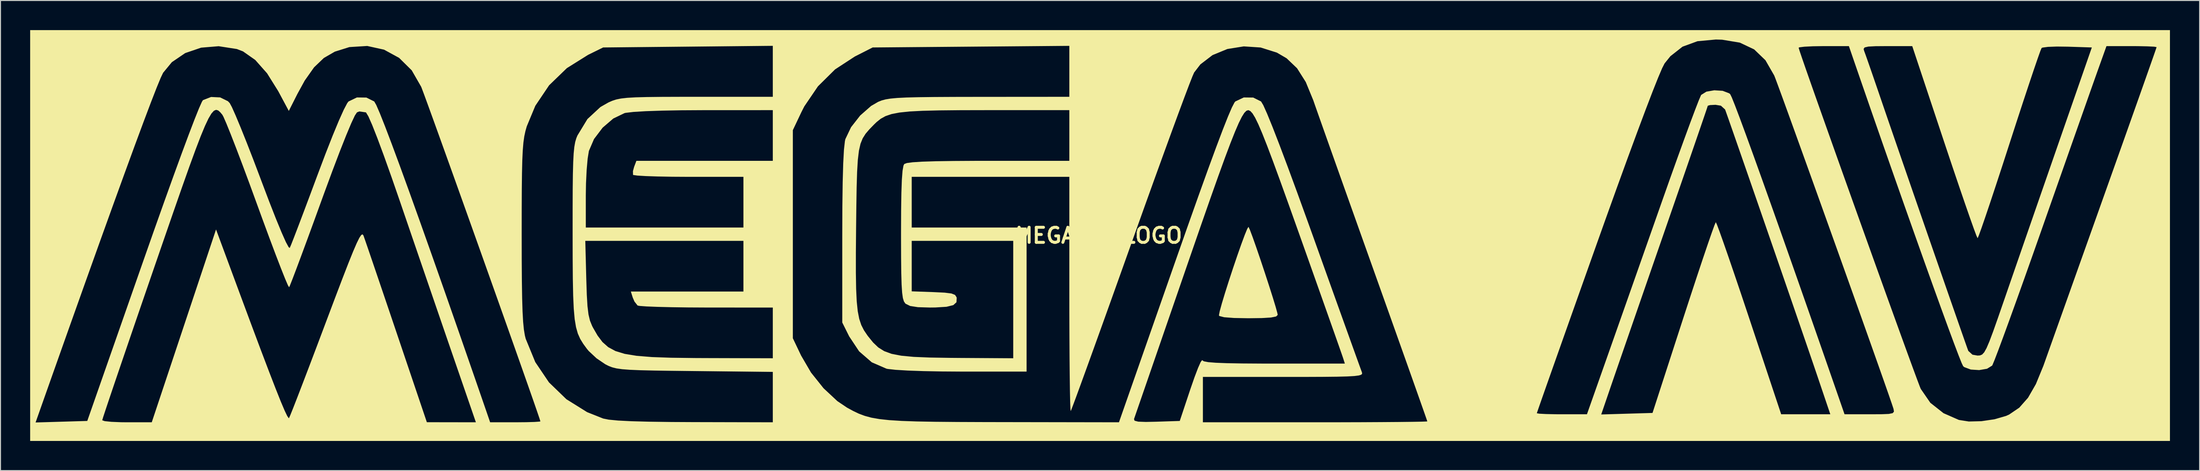
<source format=kicad_pcb>
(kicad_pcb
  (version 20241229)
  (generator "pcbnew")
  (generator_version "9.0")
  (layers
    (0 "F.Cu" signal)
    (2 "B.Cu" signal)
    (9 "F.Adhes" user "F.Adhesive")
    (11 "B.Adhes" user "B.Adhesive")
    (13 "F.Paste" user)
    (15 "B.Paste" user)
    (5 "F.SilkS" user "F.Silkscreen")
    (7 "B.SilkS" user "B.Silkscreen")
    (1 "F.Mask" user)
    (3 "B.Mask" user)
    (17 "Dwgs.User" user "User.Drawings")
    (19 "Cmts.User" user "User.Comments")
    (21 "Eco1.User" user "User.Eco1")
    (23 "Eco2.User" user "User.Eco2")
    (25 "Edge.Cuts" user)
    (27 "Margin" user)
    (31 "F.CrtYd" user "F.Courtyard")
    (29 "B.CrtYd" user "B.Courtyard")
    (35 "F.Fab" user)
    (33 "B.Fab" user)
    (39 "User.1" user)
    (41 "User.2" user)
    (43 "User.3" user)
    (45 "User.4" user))
  (footprint "MEGA AV LOGO"
    (layer "F.Cu")
    (at 108.085 20.806)
    (property "Reference" "MEGA AV LOGO" (at 0 0 0) (layer "F.SilkS") (effects (font (size 1.524 1.524) (thickness 0.3))))
    (attr board_only exclude_from_pos_files exclude_from_bom)
    (fp_poly (pts (xy 15.153 -0.878) (xy 15.3 -0.556) (xy 15.574 0.175) (xy 15.939 1.21) (xy 16.36 2.442) (xy 16.801 3.767) (xy 17.228 5.077) (xy 17.606 6.267) (xy 17.899 7.231) (xy 18.072 7.862) (xy 18.104 8.039) (xy 17.947 8.198) (xy 17.433 8.302) (xy 16.502 8.36) (xy 15.132 8.377) (xy 13.665 8.351) (xy 12.681 8.275) (xy 12.204 8.151) (xy 12.16 8.087) (xy 12.239 7.668) (xy 12.454 6.882) (xy 12.772 5.826) (xy 13.161 4.599) (xy 13.588 3.298) (xy 14.021 2.022) (xy 14.426 0.869) (xy 14.772 -0.065) (xy 15.024 -0.68) (xy 15.151 -0.879)) (stroke (width 0) (type solid)) (fill yes) (layer "F.SilkS"))
    (fp_poly (pts (xy 108.355 20.806) (xy -108.085 20.806) (xy -108.085 18.934) (xy -107.536 18.934) (xy -102.308 18.78) (xy -102.284 18.712) (xy -100.795 18.712) (xy -100.542 18.8) (xy -99.868 18.869) (xy -98.892 18.909) (xy -98.287 18.915) (xy -95.785 18.915) (xy -92.534 9.15) (xy -89.283 -0.615) (xy -86.895 5.84) (xy -85.737 8.96) (xy -84.751 11.595) (xy -83.927 13.766) (xy -83.257 15.499) (xy -82.732 16.815) (xy -82.341 17.738) (xy -82.076 18.291) (xy -81.929 18.498) (xy -81.905 18.495) (xy -81.781 18.218) (xy -81.489 17.491) (xy -81.052 16.37) (xy -80.492 14.912) (xy -79.829 13.174) (xy -79.086 11.211) (xy -78.284 9.08) (xy -78.193 8.838) (xy -77.266 6.376) (xy -76.507 4.38) (xy -75.898 2.809) (xy -75.42 1.622) (xy -75.055 0.776) (xy -74.787 0.231) (xy -74.596 -0.054) (xy -74.465 -0.122) (xy -74.376 -0.013) (xy -74.371 0) (xy -74.227 0.408) (xy -73.932 1.264) (xy -73.508 2.506) (xy -72.976 4.07) (xy -72.357 5.894) (xy -71.673 7.913) (xy -71.038 9.792) (xy -67.959 18.908) (xy -62.999 18.915) (xy -65.302 12.227) (xy -65.99 10.228) (xy -66.806 7.851) (xy -67.705 5.231) (xy -68.641 2.501) (xy -69.568 -0.204) (xy -70.439 -2.75) (xy -70.641 -3.342) (xy -71.528 -5.905) (xy -72.305 -8.085) (xy -72.962 -9.857) (xy -73.488 -11.195) (xy -73.875 -12.072) (xy -74.111 -12.462) (xy -74.128 -12.475) (xy -74.789 -12.568) (xy -75.026 -12.476) (xy -75.24 -12.155) (xy -75.612 -11.361) (xy -76.125 -10.134) (xy -76.765 -8.515) (xy -77.514 -6.542) (xy -78.358 -4.255) (xy -78.608 -3.567) (xy -79.352 -1.518) (xy -80.042 0.367) (xy -80.655 2.027) (xy -81.169 3.404) (xy -81.562 4.438) (xy -81.811 5.068) (xy -81.891 5.241) (xy -82.015 5.033) (xy -82.298 4.373) (xy -82.718 3.318) (xy -83.253 1.928) (xy -83.881 0.257) (xy -84.579 -1.635) (xy -85.133 -3.156) (xy -85.884 -5.213) (xy -86.594 -7.124) (xy -87.239 -8.825) (xy -87.794 -10.252) (xy -88.234 -11.342) (xy -88.534 -12.029) (xy -88.647 -12.235) (xy -88.867 -12.498) (xy -89.073 -12.674) (xy -89.28 -12.731) (xy -89.501 -12.635) (xy -89.753 -12.352) (xy -90.049 -11.849) (xy -90.406 -11.092) (xy -90.838 -10.049) (xy -91.359 -8.685) (xy -91.986 -6.968) (xy -92.732 -4.863) (xy -93.613 -2.338) (xy -94.643 0.641) (xy -95.47 3.04) (xy -96.422 5.806) (xy -97.32 8.42) (xy -98.147 10.837) (xy -98.889 13.013) (xy -99.532 14.904) (xy -100.059 16.463) (xy -100.455 17.647) (xy -100.706 18.411) (xy -100.795 18.711) (xy -100.795 18.712) (xy -102.284 18.712) (xy -96.687 2.702) (xy -95.572 -0.471) (xy -94.538 -3.383) (xy -93.598 -6.001) (xy -92.763 -8.292) (xy -92.045 -10.224) (xy -91.456 -11.764) (xy -91.009 -12.88) (xy -90.715 -13.54) (xy -90.607 -13.713) (xy -89.784 -14.034) (xy -88.864 -13.99) (xy -88.081 -13.605) (xy -87.899 -13.416) (xy -87.677 -13.003) (xy -87.299 -12.154) (xy -86.793 -10.94) (xy -86.19 -9.433) (xy -85.518 -7.705) (xy -84.806 -5.826) (xy -84.715 -5.581) (xy -83.916 -3.469) (xy -83.224 -1.702) (xy -82.653 -0.315) (xy -82.22 0.659) (xy -81.936 1.184) (xy -81.827 1.257) (xy -81.683 0.917) (xy -81.378 0.138) (xy -80.939 -1.009) (xy -80.392 -2.456) (xy -79.763 -4.133) (xy -79.079 -5.972) (xy -79.029 -6.105) (xy -78.216 -8.262) (xy -77.488 -10.117) (xy -76.865 -11.623) (xy -76.366 -12.736) (xy -76.012 -13.409) (xy -75.882 -13.578) (xy -75.031 -13.986) (xy -74.073 -13.974) (xy -73.28 -13.578) (xy -73.077 -13.223) (xy -72.71 -12.374) (xy -72.185 -11.049) (xy -71.508 -9.266) (xy -70.686 -7.044) (xy -69.726 -4.4) (xy -68.635 -1.354) (xy -67.418 2.078) (xy -66.082 5.875) (xy -64.635 10.021) (xy -63.082 14.497) (xy -61.953 17.766) (xy -61.558 18.915) (xy -59.016 18.915) (xy -57.919 18.906) (xy -57.06 18.881) (xy -56.557 18.845) (xy -56.474 18.822) (xy -56.563 18.538) (xy -56.815 17.796) (xy -57.213 16.649) (xy -57.739 15.147) (xy -58.374 13.342) (xy -59.1 11.286) (xy -59.898 9.029) (xy -60.751 6.624) (xy -61.64 4.122) (xy -62.546 1.573) (xy -63.164 -0.16) (xy -58.366 -0.16) (xy -58.362 2.471) (xy -58.347 4.619) (xy -58.32 6.342) (xy -58.279 7.696) (xy -58.221 8.738) (xy -58.143 9.527) (xy -58.045 10.119) (xy -57.96 10.457) (xy -56.992 12.819) (xy -55.605 14.876) (xy -53.843 16.581) (xy -51.751 17.887) (xy -50.124 18.536) (xy -49.556 18.649) (xy -48.618 18.74) (xy -47.274 18.808) (xy -45.489 18.856) (xy -43.229 18.886) (xy -41.005 18.897) (xy -32.966 18.915) (xy -32.966 13.811) (xy -40.87 13.728) (xy -43.152 13.703) (xy -44.96 13.676) (xy -46.361 13.643) (xy -47.42 13.599) (xy -48.204 13.539) (xy -48.78 13.457) (xy -49.214 13.348) (xy -49.573 13.208) (xy -49.906 13.04) (xy -50.79 12.44) (xy -51.591 11.692) (xy -51.762 11.487) (xy -52.14 10.97) (xy -52.446 10.472) (xy -52.687 9.929) (xy -52.871 9.28) (xy -53.007 8.462) (xy -53.1 7.413) (xy -53.16 6.071) (xy -53.194 4.374) (xy -53.21 2.259) (xy -53.213 0.54) (xy -51.932 0.54) (xy -51.833 4.391) (xy -51.781 5.986) (xy -51.712 7.149) (xy -51.61 7.991) (xy -51.46 8.62) (xy -51.248 9.145) (xy -51.158 9.322) (xy -50.689 10.134) (xy -50.195 10.789) (xy -49.613 11.305) (xy -48.884 11.699) (xy -47.945 11.986) (xy -46.736 12.184) (xy -45.194 12.309) (xy -43.259 12.378) (xy -40.87 12.407) (xy -39.789 12.412) (xy -32.966 12.43) (xy -32.966 10.403) (xy -30.939 10.403) (xy -30.102 12.16) (xy -29.099 13.881) (xy -27.833 15.468) (xy -26.436 16.772) (xy -25.459 17.431) (xy -24.849 17.763) (xy -24.27 18.04) (xy -23.668 18.266) (xy -22.988 18.449) (xy -22.176 18.591) (xy -21.18 18.699) (xy -19.944 18.777) (xy -18.414 18.831) (xy -16.538 18.865) (xy -14.26 18.884) (xy -11.527 18.894) (xy -9.717 18.897) (xy 2.048 18.915) (xy 2.162 18.588) (xy 3.57 18.588) (xy 3.627 18.757) (xy 3.999 18.852) (xy 4.764 18.88) (xy 5.822 18.858) (xy 8.198 18.78) (xy 9.278 15.537) (xy 9.69 14.351) (xy 10.047 13.412) (xy 10.316 12.806) (xy 10.461 12.617) (xy 10.471 12.632) (xy 10.634 12.74) (xy 11.074 12.824) (xy 11.84 12.886) (xy 12.98 12.93) (xy 14.541 12.957) (xy 16.572 12.969) (xy 17.74 12.97) (xy 24.896 12.97) (xy 24.71 12.385) (xy 24.584 12.018) (xy 24.296 11.194) (xy 23.864 9.967) (xy 23.307 8.39) (xy 22.644 6.514) (xy 21.893 4.394) (xy 21.074 2.082) (xy 20.258 -0.216) (xy 19.229 -3.104) (xy 18.359 -5.522) (xy 17.632 -7.508) (xy 17.031 -9.102) (xy 16.539 -10.346) (xy 16.141 -11.278) (xy 15.819 -11.939) (xy 15.557 -12.368) (xy 15.339 -12.607) (xy 15.149 -12.693) (xy 15.116 -12.696) (xy 14.937 -12.636) (xy 14.728 -12.423) (xy 14.476 -12.022) (xy 14.166 -11.399) (xy 13.786 -10.518) (xy 13.32 -9.343) (xy 12.756 -7.842) (xy 12.08 -5.977) (xy 11.278 -3.714) (xy 10.336 -1.018) (xy 9.241 2.145) (xy 8.909 3.107) (xy 7.964 5.848) (xy 7.07 8.44) (xy 6.243 10.839) (xy 5.499 12.998) (xy 4.853 14.871) (xy 4.321 16.413) (xy 3.919 17.577) (xy 3.663 18.319) (xy 3.57 18.588) (xy 2.162 18.588) (xy 7.648 2.905) (xy 8.944 -0.784) (xy 10.075 -3.974) (xy 11.048 -6.68) (xy 11.869 -8.917) (xy 12.542 -10.701) (xy 13.073 -12.045) (xy 13.467 -12.964) (xy 13.731 -13.473) (xy 13.815 -13.578) (xy 14.674 -13.985) (xy 15.629 -13.975) (xy 16.422 -13.578) (xy 16.646 -13.204) (xy 17.034 -12.336) (xy 17.581 -10.994) (xy 18.278 -9.196) (xy 19.118 -6.961) (xy 20.094 -4.308) (xy 21.199 -1.256) (xy 21.699 0.135) (xy 22.615 2.696) (xy 23.48 5.112) (xy 24.276 7.333) (xy 24.986 9.31) (xy 25.59 10.993) (xy 26.072 12.333) (xy 26.414 13.28) (xy 26.598 13.785) (xy 26.622 13.848) (xy 26.647 13.983) (xy 26.567 14.089) (xy 26.327 14.17) (xy 25.872 14.23) (xy 25.147 14.272) (xy 24.097 14.299) (xy 22.667 14.313) (xy 20.801 14.32) (xy 18.674 14.321) (xy 10.538 14.321) (xy 10.538 18.915) (xy 21.887 18.915) (xy 24.305 18.913) (xy 26.546 18.907) (xy 28.556 18.897) (xy 30.278 18.885) (xy 31.657 18.87) (xy 32.637 18.853) (xy 33.162 18.834) (xy 33.236 18.824) (xy 33.148 18.56) (xy 32.996 18.123) (xy 50.829 18.123) (xy 53.423 18.046) (xy 56.017 17.969) (xy 59.146 8.309) (xy 59.854 6.137) (xy 60.513 4.135) (xy 61.104 2.36) (xy 61.609 0.868) (xy 62.009 -0.285) (xy 62.283 -1.042) (xy 62.414 -1.347) (xy 62.419 -1.351) (xy 62.534 -1.104) (xy 62.798 -0.399) (xy 63.192 0.708) (xy 63.697 2.16) (xy 64.293 3.903) (xy 64.962 5.879) (xy 65.683 8.035) (xy 65.797 8.377) (xy 69.031 18.104) (xy 74 18.104) (xy 72.699 14.254) (xy 72.359 13.252) (xy 71.89 11.881) (xy 71.313 10.201) (xy 70.649 8.27) (xy 69.919 6.149) (xy 69.142 3.896) (xy 68.339 1.571) (xy 67.531 -0.766) (xy 66.739 -3.056) (xy 65.982 -5.241) (xy 65.282 -7.259) (xy 64.659 -9.052) (xy 64.134 -10.561) (xy 63.727 -11.726) (xy 63.458 -12.487) (xy 63.356 -12.768) (xy 62.934 -13.151) (xy 62.39 -13.24) (xy 61.833 -13.212) (xy 61.609 -13.147) (xy 61.523 -12.881) (xy 61.276 -12.153) (xy 60.886 -11.012) (xy 60.368 -9.505) (xy 59.74 -7.682) (xy 59.018 -5.59) (xy 58.219 -3.279) (xy 57.36 -0.796) (xy 57.122 -0.109) (xy 56.211 2.518) (xy 55.326 5.073) (xy 54.488 7.495) (xy 53.718 9.722) (xy 53.038 11.69) (xy 52.468 13.34) (xy 52.031 14.608) (xy 51.748 15.432) (xy 51.732 15.479) (xy 50.829 18.123) (xy 32.996 18.123) (xy 32.952 17.999) (xy 44.315 17.999) (xy 44.565 18.045) (xy 45.238 18.08) (xy 46.215 18.101) (xy 46.849 18.104) (xy 49.384 18.104) (xy 51.408 12.362) (xy 51.977 10.746) (xy 52.689 8.723) (xy 53.508 6.396) (xy 54.397 3.869) (xy 55.32 1.244) (xy 56.241 -1.375) (xy 57.015 -3.577) (xy 57.809 -5.825) (xy 58.56 -7.925) (xy 59.245 -9.819) (xy 59.843 -11.449) (xy 60.335 -12.759) (xy 60.697 -13.692) (xy 60.91 -14.188) (xy 60.942 -14.244) (xy 61.465 -14.572) (xy 62.265 -14.711) (xy 63.111 -14.658) (xy 63.772 -14.405) (xy 63.876 -14.315) (xy 64.036 -13.986) (xy 64.362 -13.17) (xy 64.846 -11.891) (xy 65.479 -10.175) (xy 66.252 -8.044) (xy 67.156 -5.524) (xy 68.183 -2.639) (xy 69.323 0.586) (xy 70.569 4.128) (xy 71.912 7.962) (xy 73.342 12.063) (xy 74.852 16.407) (xy 75.042 16.956) (xy 75.44 18.104) (xy 78 18.104) (xy 79.185 18.099) (xy 79.924 18.069) (xy 80.31 17.989) (xy 80.438 17.835) (xy 80.4 17.584) (xy 80.374 17.496) (xy 80.208 16.997) (xy 79.882 16.052) (xy 79.414 14.715) (xy 78.823 13.038) (xy 78.129 11.077) (xy 77.351 8.884) (xy 76.508 6.514) (xy 75.619 4.02) (xy 74.704 1.456) (xy 73.781 -1.125) (xy 72.87 -3.669) (xy 71.991 -6.121) (xy 71.161 -8.429) (xy 70.401 -10.539) (xy 69.73 -12.397) (xy 69.167 -13.949) (xy 68.73 -15.141) (xy 68.44 -15.921) (xy 68.327 -16.209) (xy 67.439 -17.754) (xy 66.297 -18.853) (xy 65.939 -19.023) (xy 70.796 -19.023) (xy 70.884 -18.729) (xy 71.138 -17.977) (xy 71.539 -16.819) (xy 72.069 -15.306) (xy 72.709 -13.489) (xy 73.442 -11.419) (xy 74.248 -9.147) (xy 75.11 -6.724) (xy 76.01 -4.2) (xy 76.929 -1.628) (xy 77.849 0.942) (xy 78.751 3.458) (xy 79.618 5.871) (xy 80.432 8.128) (xy 81.173 10.179) (xy 81.824 11.972) (xy 82.367 13.457) (xy 82.783 14.583) (xy 83.053 15.298) (xy 83.152 15.537) (xy 84.119 16.942) (xy 85.454 17.996) (xy 87.007 18.679) (xy 88.008 18.836) (xy 89.284 18.805) (xy 90.612 18.61) (xy 91.771 18.274) (xy 92.087 18.133) (xy 93.114 17.436) (xy 93.999 16.432) (xy 94.794 15.046) (xy 95.551 13.201) (xy 95.602 13.059) (xy 95.85 12.361) (xy 96.259 11.209) (xy 96.811 9.658) (xy 97.486 7.762) (xy 98.264 5.575) (xy 99.125 3.153) (xy 100.052 0.551) (xy 101.023 -2.177) (xy 101.726 -4.155) (xy 102.686 -6.854) (xy 103.59 -9.397) (xy 104.421 -11.741) (xy 105.165 -13.84) (xy 105.804 -15.648) (xy 106.323 -17.122) (xy 106.707 -18.216) (xy 106.939 -18.884) (xy 107.004 -19.084) (xy 106.754 -19.128) (xy 106.081 -19.162) (xy 105.104 -19.182) (xy 104.469 -19.185) (xy 101.934 -19.185) (xy 100.992 -16.551) (xy 100.717 -15.776) (xy 100.284 -14.552) (xy 99.716 -12.94) (xy 99.032 -10.998) (xy 98.254 -8.789) (xy 97.405 -6.373) (xy 96.504 -3.81) (xy 95.574 -1.161) (xy 95.377 -0.6) (xy 94.471 1.972) (xy 93.611 4.397) (xy 92.813 6.627) (xy 92.097 8.611) (xy 91.48 10.302) (xy 90.98 11.648) (xy 90.616 12.6) (xy 90.404 13.11) (xy 90.369 13.175) (xy 89.852 13.494) (xy 89.057 13.629) (xy 88.212 13.575) (xy 87.549 13.327) (xy 87.438 13.234) (xy 87.286 12.918) (xy 86.973 12.132) (xy 86.513 10.919) (xy 85.921 9.32) (xy 85.213 7.378) (xy 84.403 5.133) (xy 83.506 2.627) (xy 82.538 -0.097) (xy 81.512 -2.998) (xy 80.444 -6.034) (xy 79.348 -9.164) (xy 78.241 -12.346) (xy 77.136 -15.538) (xy 76.414 -17.631) (xy 75.978 -18.901) (xy 77.369 -18.901) (xy 77.417 -18.712) (xy 77.567 -18.305) (xy 77.856 -17.483) (xy 78.251 -16.345) (xy 78.717 -14.99) (xy 79.038 -14.051) (xy 79.464 -12.805) (xy 80.004 -11.232) (xy 80.637 -9.394) (xy 81.343 -7.348) (xy 82.1 -5.156) (xy 82.888 -2.877) (xy 83.687 -0.571) (xy 84.475 1.703) (xy 85.232 3.884) (xy 85.937 5.914) (xy 86.57 7.731) (xy 87.109 9.277) (xy 87.534 10.491) (xy 87.824 11.314) (xy 87.959 11.686) (xy 87.959 11.687) (xy 88.379 12.069) (xy 88.895 12.16) (xy 89.143 12.143) (xy 89.357 12.053) (xy 89.567 11.827) (xy 89.804 11.402) (xy 90.096 10.717) (xy 90.474 9.709) (xy 90.966 8.315) (xy 91.603 6.475) (xy 91.623 6.418) (xy 92.19 4.774) (xy 92.898 2.728) (xy 93.708 0.385) (xy 94.585 -2.147) (xy 95.492 -4.762) (xy 96.39 -7.351) (xy 97.027 -9.187) (xy 100.453 -19.05) (xy 98.011 -19.128) (xy 96.909 -19.141) (xy 96.018 -19.108) (xy 95.472 -19.037) (xy 95.373 -18.993) (xy 95.248 -18.696) (xy 94.979 -17.941) (xy 94.584 -16.789) (xy 94.084 -15.297) (xy 93.497 -13.524) (xy 92.844 -11.528) (xy 92.144 -9.367) (xy 92.108 -9.255) (xy 91.41 -7.098) (xy 90.759 -5.112) (xy 90.176 -3.353) (xy 89.68 -1.88) (xy 89.289 -0.747) (xy 89.023 -0.012) (xy 88.9 0.269) (xy 88.898 0.27) (xy 88.784 0.023) (xy 88.52 -0.682) (xy 88.127 -1.789) (xy 87.622 -3.241) (xy 87.026 -4.983) (xy 86.357 -6.96) (xy 85.636 -9.115) (xy 85.522 -9.457) (xy 82.288 -19.185) (xy 79.756 -19.185) (xy 78.577 -19.177) (xy 77.847 -19.139) (xy 77.475 -19.053) (xy 77.369 -18.901) (xy 75.978 -18.901) (xy 75.88 -19.185) (xy 73.338 -19.185) (xy 72.241 -19.169) (xy 71.381 -19.126) (xy 70.878 -19.064) (xy 70.796 -19.023) (xy 65.939 -19.023) (xy 64.852 -19.537) (xy 63.056 -19.835) (xy 62.419 -19.854) (xy 60.562 -19.681) (xy 59.052 -19.128) (xy 57.827 -18.165) (xy 57.236 -17.429) (xy 56.991 -16.949) (xy 56.582 -15.986) (xy 56.018 -14.567) (xy 55.311 -12.72) (xy 54.47 -10.472) (xy 53.505 -7.852) (xy 52.428 -4.887) (xy 51.248 -1.604) (xy 50.401 0.773) (xy 49.369 3.678) (xy 48.392 6.431) (xy 47.485 8.989) (xy 46.663 11.312) (xy 45.94 13.357) (xy 45.331 15.082) (xy 44.852 16.446) (xy 44.516 17.407) (xy 44.339 17.922) (xy 44.315 17.999) (xy 32.952 17.999) (xy 32.894 17.832) (xy 32.489 16.683) (xy 31.95 15.158) (xy 31.293 13.302) (xy 30.532 11.159) (xy 29.684 8.774) (xy 28.764 6.189) (xy 27.802 3.489) (xy 26.803 0.685) (xy 25.841 -2.018) (xy 24.934 -4.567) (xy 24.101 -6.912) (xy 23.36 -9) (xy 22.73 -10.779) (xy 22.229 -12.197) (xy 21.875 -13.203) (xy 21.702 -13.701) (xy 20.942 -15.55) (xy 20.062 -16.942) (xy 19.003 -17.954) (xy 18.021 -18.527) (xy 16.38 -19.045) (xy 14.673 -19.158) (xy 13.012 -18.892) (xy 11.51 -18.274) (xy 10.281 -17.332) (xy 9.651 -16.51) (xy 9.481 -16.122) (xy 9.147 -15.27) (xy 8.666 -13.998) (xy 8.054 -12.351) (xy 7.328 -10.374) (xy 6.505 -8.111) (xy 5.599 -5.609) (xy 4.629 -2.911) (xy 3.611 -0.063) (xy 3.244 0.965) (xy 2.222 3.833) (xy 1.252 6.549) (xy 0.348 9.071) (xy -0.474 11.356) (xy -1.198 13.361) (xy -1.809 15.044) (xy -2.291 16.363) (xy -2.63 17.274) (xy -2.809 17.735) (xy -2.832 17.784) (xy -2.862 17.553) (xy -2.889 16.835) (xy -2.913 15.683) (xy -2.934 14.152) (xy -2.951 12.295) (xy -2.963 10.165) (xy -2.971 7.816) (xy -2.972 5.99) (xy -2.972 -5.945) (xy -18.915 -5.945) (xy -18.915 -0.811) (xy -7.296 -0.811) (xy -7.296 13.781) (xy -13.796 13.781) (xy -15.87 13.768) (xy -17.739 13.732) (xy -19.324 13.676) (xy -20.548 13.602) (xy -21.332 13.514) (xy -21.465 13.487) (xy -22.955 12.84) (xy -24.236 11.729) (xy -25.241 10.215) (xy -25.94 8.811) (xy -25.94 3.751) (xy -24.564 3.751) (xy -24.538 5.382) (xy -24.478 6.664) (xy -24.375 7.663) (xy -24.224 8.442) (xy -24.017 9.065) (xy -23.747 9.597) (xy -23.407 10.101) (xy -23.329 10.206) (xy -22.817 10.838) (xy -22.298 11.333) (xy -21.699 11.709) (xy -20.95 11.983) (xy -19.978 12.171) (xy -18.712 12.291) (xy -17.079 12.358) (xy -15.008 12.391) (xy -13.984 12.399) (xy -8.647 12.43) (xy -8.647 0.54) (xy -18.915 0.54) (xy -18.915 5.653) (xy -16.689 5.731) (xy -15.576 5.786) (xy -14.893 5.871) (xy -14.532 6.015) (xy -14.382 6.246) (xy -14.365 6.318) (xy -14.389 6.758) (xy -14.709 7.049) (xy -15.395 7.217) (xy -16.521 7.286) (xy -17.072 7.292) (xy -18.289 7.257) (xy -19.074 7.135) (xy -19.531 6.909) (xy -19.571 6.871) (xy -19.705 6.671) (xy -19.809 6.33) (xy -19.885 5.783) (xy -19.938 4.967) (xy -19.971 3.817) (xy -19.989 2.268) (xy -19.996 0.257) (xy -19.996 -0.235) (xy -19.987 -2.528) (xy -19.96 -4.319) (xy -19.913 -5.649) (xy -19.843 -6.557) (xy -19.749 -7.083) (xy -19.671 -7.242) (xy -19.408 -7.342) (xy -18.813 -7.421) (xy -17.849 -7.482) (xy -16.476 -7.525) (xy -14.658 -7.552) (xy -12.354 -7.565) (xy -11.16 -7.566) (xy -2.972 -7.566) (xy -2.972 -12.7) (xy -11.385 -12.7) (xy -13.984 -12.695) (xy -16.102 -12.676) (xy -17.798 -12.635) (xy -19.133 -12.565) (xy -20.165 -12.456) (xy -20.955 -12.303) (xy -21.562 -12.097) (xy -22.046 -11.83) (xy -22.465 -11.495) (xy -22.735 -11.234) (xy -23.206 -10.749) (xy -23.582 -10.307) (xy -23.875 -9.843) (xy -24.096 -9.292) (xy -24.256 -8.587) (xy -24.366 -7.662) (xy -24.439 -6.452) (xy -24.486 -4.89) (xy -24.517 -2.91) (xy -24.541 -0.811) (xy -24.563 1.708) (xy -24.564 3.751) (xy -25.94 3.751) (xy -25.94 0.046) (xy -25.93 -2.943) (xy -25.898 -5.394) (xy -25.844 -7.313) (xy -25.769 -8.702) (xy -25.672 -9.565) (xy -25.627 -9.766) (xy -25.052 -10.972) (xy -24.129 -12.154) (xy -23.025 -13.124) (xy -22.308 -13.541) (xy -21.969 -13.677) (xy -21.573 -13.786) (xy -21.06 -13.871) (xy -20.37 -13.935) (xy -19.442 -13.981) (xy -18.216 -14.012) (xy -16.632 -14.031) (xy -14.629 -14.041) (xy -12.148 -14.045) (xy -12.092 -14.045) (xy -2.972 -14.051) (xy -2.972 -19.21) (xy -22.863 -19.05) (xy -24.67 -18.132) (xy -26.665 -16.829) (xy -28.4 -15.111) (xy -29.78 -13.079) (xy -30.074 -12.5) (xy -30.939 -10.673) (xy -30.939 10.403) (xy -32.966 10.403) (xy -32.966 7.296) (xy -39.654 7.292) (xy -41.511 7.283) (xy -43.195 7.26) (xy -44.627 7.226) (xy -45.732 7.182) (xy -46.431 7.131) (xy -46.643 7.089) (xy -46.958 6.69) (xy -47.134 6.282) (xy -47.324 5.674) (xy -35.938 5.674) (xy -35.938 0.54) (xy -51.932 0.54) (xy -53.213 0.54) (xy -53.214 -0.27) (xy -53.214 -0.811) (xy -51.881 -0.811) (xy -35.938 -0.811) (xy -35.938 -5.945) (xy -41.462 -5.945) (xy -43.133 -5.954) (xy -44.612 -5.981) (xy -45.818 -6.021) (xy -46.668 -6.073) (xy -47.08 -6.132) (xy -47.104 -6.147) (xy -47.112 -6.531) (xy -46.994 -6.958) (xy -46.764 -7.566) (xy -32.966 -7.566) (xy -32.966 -12.7) (xy -39.924 -12.698) (xy -42.195 -12.686) (xy -44.181 -12.65) (xy -45.823 -12.594) (xy -47.061 -12.519) (xy -47.836 -12.428) (xy -47.963 -12.4) (xy -49.101 -11.851) (xy -50.179 -10.924) (xy -51.051 -9.772) (xy -51.569 -8.566) (xy -51.694 -7.794) (xy -51.795 -6.645) (xy -51.861 -5.284) (xy -51.881 -4.069) (xy -51.881 -0.811) (xy -53.214 -0.811) (xy -53.213 -2.714) (xy -53.206 -4.679) (xy -53.188 -6.227) (xy -53.156 -7.419) (xy -53.109 -8.317) (xy -53.042 -8.982) (xy -52.953 -9.477) (xy -52.839 -9.862) (xy -52.727 -10.133) (xy -51.716 -11.798) (xy -50.401 -13.017) (xy -49.589 -13.48) (xy -49.207 -13.647) (xy -48.809 -13.778) (xy -48.326 -13.877) (xy -47.691 -13.949) (xy -46.835 -13.998) (xy -45.689 -14.028) (xy -44.186 -14.044) (xy -42.258 -14.05) (xy -40.67 -14.051) (xy -32.966 -14.051) (xy -32.966 -19.213) (xy -50.124 -19.05) (xy -51.643 -18.304) (xy -53.797 -16.955) (xy -55.592 -15.217) (xy -56.986 -13.143) (xy -57.854 -11.054) (xy -57.993 -10.562) (xy -58.105 -10.036) (xy -58.193 -9.41) (xy -58.258 -8.623) (xy -58.305 -7.611) (xy -58.336 -6.309) (xy -58.355 -4.655) (xy -58.364 -2.584) (xy -58.366 -0.16) (xy -63.164 -0.16) (xy -63.452 -0.969) (xy -64.339 -3.455) (xy -65.189 -5.833) (xy -65.984 -8.05) (xy -66.705 -10.057) (xy -67.333 -11.8) (xy -67.852 -13.23) (xy -68.241 -14.294) (xy -68.484 -14.941) (xy -68.536 -15.072) (xy -69.49 -16.733) (xy -70.765 -17.994) (xy -72.288 -18.826) (xy -73.988 -19.2) (xy -75.794 -19.087) (xy -77.27 -18.624) (xy -78.377 -17.984) (xy -79.366 -17.037) (xy -80.309 -15.7) (xy -81.056 -14.337) (xy -81.922 -12.621) (xy -82.99 -14.619) (xy -84.119 -16.429) (xy -85.318 -17.784) (xy -86.554 -18.651) (xy -87.177 -18.891) (xy -89.018 -19.176) (xy -90.791 -19.029) (xy -92.401 -18.48) (xy -93.75 -17.561) (xy -94.637 -16.483) (xy -94.88 -15.973) (xy -95.294 -14.966) (xy -95.873 -13.476) (xy -96.613 -11.515) (xy -97.509 -9.098) (xy -98.555 -6.238) (xy -99.747 -2.949) (xy -101.08 0.755) (xy -102.548 4.861) (xy -104.147 9.354) (xy -105.872 14.222) (xy -106.746 16.695) (xy -107.536 18.934) (xy -108.085 18.934) (xy -108.085 -20.806) (xy 108.355 -20.806)) (stroke (width 0) (type solid)) (fill yes) (layer "F.SilkS")))
  (gr_rect
    (start -3 -3)
    (end 219.44 44.613)
    (stroke (width 0.1) (type default))
    (fill no)
    (layer "Edge.Cuts")))
</source>
